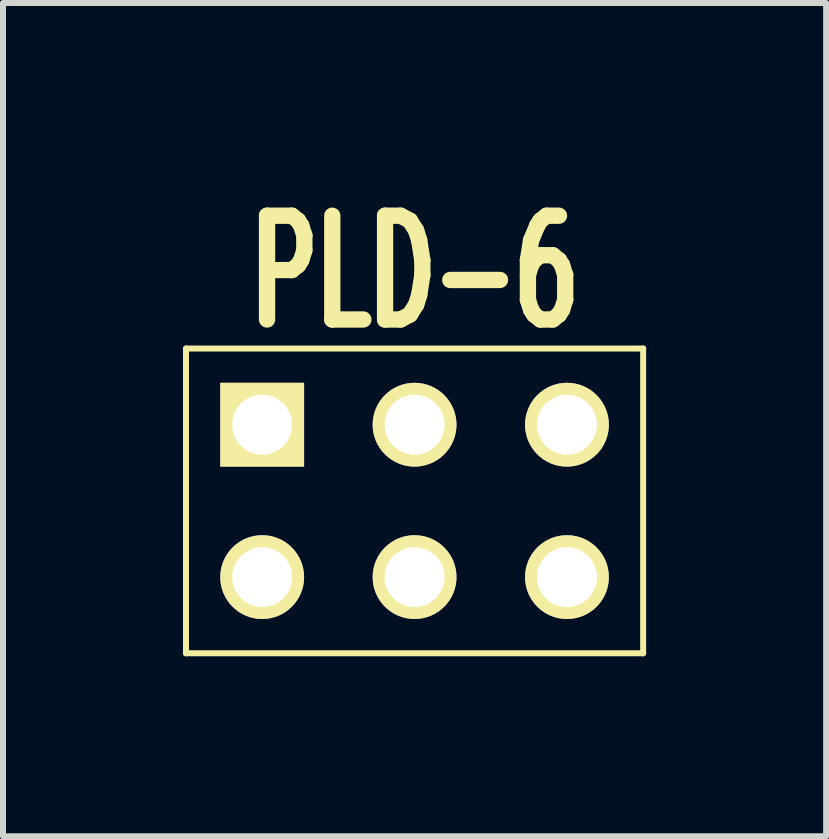
<source format=kicad_pcb>
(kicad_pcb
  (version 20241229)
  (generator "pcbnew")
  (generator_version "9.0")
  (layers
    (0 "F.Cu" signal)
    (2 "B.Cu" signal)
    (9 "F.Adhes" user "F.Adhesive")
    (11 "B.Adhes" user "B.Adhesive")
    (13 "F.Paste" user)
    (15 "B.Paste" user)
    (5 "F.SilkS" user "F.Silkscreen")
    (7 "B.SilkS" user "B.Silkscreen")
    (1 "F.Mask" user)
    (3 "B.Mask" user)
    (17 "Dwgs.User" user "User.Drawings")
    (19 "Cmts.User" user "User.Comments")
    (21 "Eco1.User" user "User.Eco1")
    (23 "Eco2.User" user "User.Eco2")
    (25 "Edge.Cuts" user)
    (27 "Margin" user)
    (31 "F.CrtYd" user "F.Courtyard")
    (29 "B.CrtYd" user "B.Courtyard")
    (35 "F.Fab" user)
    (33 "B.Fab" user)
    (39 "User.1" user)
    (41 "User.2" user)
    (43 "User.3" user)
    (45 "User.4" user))
  (footprint "PLD-6"
    (layer "F.Cu")
    (at 3.86 5.299)
    (property "Reference" "PLD-6" (at 0 -3.81 0) (layer "F.SilkS") (effects (font (size 1.73 1.087) (thickness 0.305))))
    (attr through_hole)
    (fp_line (start -3.81 -2.54) (end -3.81 2.54) (stroke (width 0.1) (type solid)) (layer "F.SilkS"))
    (fp_line (start -3.81 -2.54) (end 3.81 -2.54) (stroke (width 0.1) (type solid)) (layer "F.SilkS"))
    (fp_line (start -3.81 2.54) (end 3.81 2.54) (stroke (width 0.1) (type solid)) (layer "F.SilkS"))
    (fp_line (start 3.81 2.54) (end 3.81 -2.54) (stroke (width 0.1) (type solid)) (layer "F.SilkS"))
    (pad "1" thru_hole rect (at -2.54 -1.27) (size 1.397 1.397) (drill 1) (layers "*.Cu" "*.Mask" "F.SilkS"))
    (pad "2" thru_hole circle (at 0 -1.27) (size 1.397 1.397) (drill 1) (layers "*.Cu" "*.Mask" "F.SilkS"))
    (pad "3" thru_hole circle (at 2.54 -1.27) (size 1.397 1.397) (drill 1) (layers "*.Cu" "*.Mask" "F.SilkS"))
    (pad "4" thru_hole circle (at -2.54 1.27) (size 1.397 1.397) (drill 1) (layers "*.Cu" "*.Mask" "F.SilkS"))
    (pad "5" thru_hole circle (at 0 1.27) (size 1.397 1.397) (drill 1) (layers "*.Cu" "*.Mask" "F.SilkS"))
    (pad "6" thru_hole circle (at 2.54 1.27) (size 1.397 1.397) (drill 1) (layers "*.Cu" "*.Mask" "F.SilkS")))
  (gr_rect
    (start -3 -3)
    (end 10.72 10.889)
    (stroke (width 0.1) (type default))
    (fill no)
    (layer "Edge.Cuts")))
</source>
